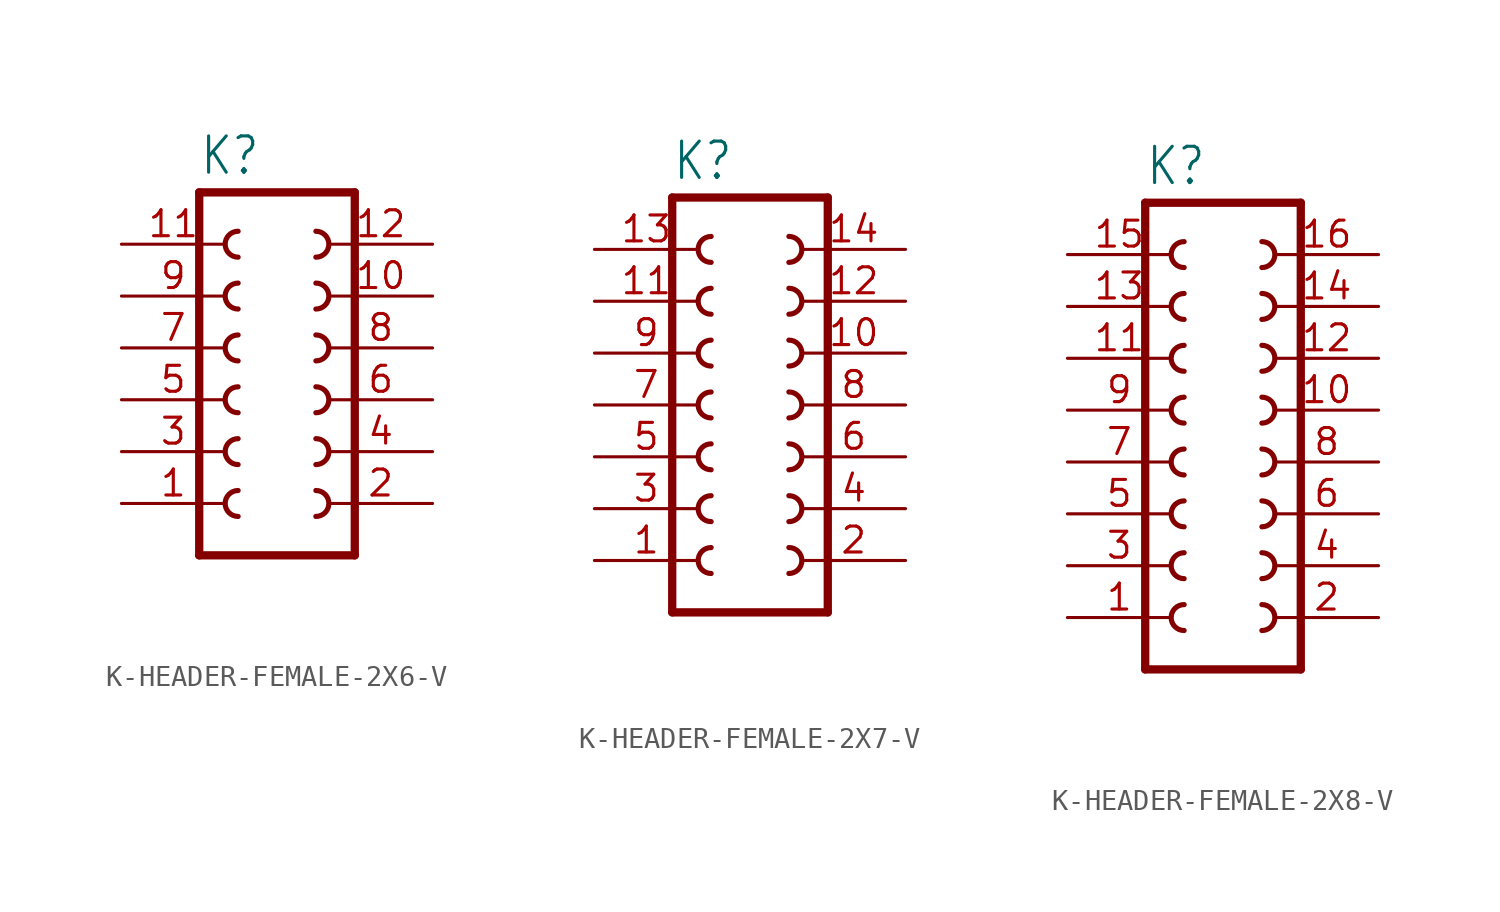
<source format=kicad_sym>
(kicad_symbol_lib
  (version 20231120)
  (generator "kicad_symbol_editor")
  (generator_version "8.0")
  (symbol "K-HEADER-FEMALE-2X6-V"
    (property "Reference" "K"
      (at -3.81 5.842 0)
      (effects (font (size 1.778 1.511)) (justify left bottom)))
    (property "Value" ""
      (at -3.81 -15.24 0)
      (effects (font (size 1.778 1.511)) (justify left bottom)))
    (property "ki_locked" ""
      (at 0 0 0)
      (effects (font (size 1.27 1.27))))
    (symbol "K-HEADER-FEMALE-2X6-V_1_0"
      (arc (start -1.905 -9.525) (mid -2.54 -10.16) (end -1.905 -10.795) (stroke (width 0.254) (type solid)) (fill (type none)))
      (arc (start -1.905 -6.985) (mid -2.54 -7.62) (end -1.905 -8.255) (stroke (width 0.254) (type solid)) (fill (type none)))
      (arc (start -1.905 -4.445) (mid -2.54 -5.08) (end -1.905 -5.715) (stroke (width 0.254) (type solid)) (fill (type none)))
      (arc (start -1.905 -1.905) (mid -2.54 -2.54) (end -1.905 -3.175) (stroke (width 0.254) (type solid)) (fill (type none)))
      (arc (start -1.905 0.635) (mid -2.54 0) (end -1.905 -0.635) (stroke (width 0.254) (type solid)) (fill (type none)))
      (arc (start -1.905 3.175) (mid -2.54 2.54) (end -1.905 1.905) (stroke (width 0.254) (type solid)) (fill (type none)))
      (polyline (pts (xy -3.81 5.08) (xy -3.81 -12.7)) (stroke (width 0.406) (type solid)) (fill (type none)))
      (polyline (pts (xy -3.81 5.08) (xy 3.81 5.08)) (stroke (width 0.406) (type solid)) (fill (type none)))
      (polyline (pts (xy 3.81 -12.7) (xy -3.81 -12.7)) (stroke (width 0.406) (type solid)) (fill (type none)))
      (polyline (pts (xy 3.81 -12.7) (xy 3.81 5.08)) (stroke (width 0.406) (type solid)) (fill (type none)))
      (arc (start 1.905 -10.795) (mid 2.54 -10.16) (end 1.905 -9.525) (stroke (width 0.254) (type solid)) (fill (type none)))
      (arc (start 1.905 -8.255) (mid 2.54 -7.62) (end 1.905 -6.985) (stroke (width 0.254) (type solid)) (fill (type none)))
      (arc (start 1.905 -5.715) (mid 2.54 -5.08) (end 1.905 -4.445) (stroke (width 0.254) (type solid)) (fill (type none)))
      (arc (start 1.905 -3.175) (mid 2.54 -2.54) (end 1.905 -1.905) (stroke (width 0.254) (type solid)) (fill (type none)))
      (arc (start 1.905 -0.635) (mid 2.54 0) (end 1.905 0.635) (stroke (width 0.254) (type solid)) (fill (type none)))
      (arc (start 1.905 1.905) (mid 2.54 2.54) (end 1.905 3.175) (stroke (width 0.254) (type solid)) (fill (type none)))
      (pin passive line (at -7.62 -10.16 0) (length 5.08) (name "1" (effects (font (size 0 0)))) (number "1" (effects (font (size 1.27 1.27)))))
      (pin passive line (at 7.62 0 180) (length 5.08) (name "10" (effects (font (size 0 0)))) (number "10" (effects (font (size 1.27 1.27)))))
      (pin passive line (at -7.62 2.54 0) (length 5.08) (name "11" (effects (font (size 0 0)))) (number "11" (effects (font (size 1.27 1.27)))))
      (pin passive line (at 7.62 2.54 180) (length 5.08) (name "12" (effects (font (size 0 0)))) (number "12" (effects (font (size 1.27 1.27)))))
      (pin passive line (at 7.62 -10.16 180) (length 5.08) (name "2" (effects (font (size 0 0)))) (number "2" (effects (font (size 1.27 1.27)))))
      (pin passive line (at -7.62 -7.62 0) (length 5.08) (name "3" (effects (font (size 0 0)))) (number "3" (effects (font (size 1.27 1.27)))))
      (pin passive line (at 7.62 -7.62 180) (length 5.08) (name "4" (effects (font (size 0 0)))) (number "4" (effects (font (size 1.27 1.27)))))
      (pin passive line (at -7.62 -5.08 0) (length 5.08) (name "5" (effects (font (size 0 0)))) (number "5" (effects (font (size 1.27 1.27)))))
      (pin passive line (at 7.62 -5.08 180) (length 5.08) (name "6" (effects (font (size 0 0)))) (number "6" (effects (font (size 1.27 1.27)))))
      (pin passive line (at -7.62 -2.54 0) (length 5.08) (name "7" (effects (font (size 0 0)))) (number "7" (effects (font (size 1.27 1.27)))))
      (pin passive line (at 7.62 -2.54 180) (length 5.08) (name "8" (effects (font (size 0 0)))) (number "8" (effects (font (size 1.27 1.27)))))
      (pin passive line (at -7.62 0 0) (length 5.08) (name "9" (effects (font (size 0 0)))) (number "9" (effects (font (size 1.27 1.27)))))))
  (symbol "K-HEADER-FEMALE-2X7-V"
    (property "Reference" "K"
      (at -3.81 8.382 0)
      (effects (font (size 1.778 1.511)) (justify left bottom)))
    (property "Value" ""
      (at -3.81 -15.24 0)
      (effects (font (size 1.778 1.511)) (justify left bottom)))
    (property "ki_locked" ""
      (at 0 0 0)
      (effects (font (size 1.27 1.27))))
    (symbol "K-HEADER-FEMALE-2X7-V_1_0"
      (arc (start -1.905 -9.525) (mid -2.54 -10.16) (end -1.905 -10.795) (stroke (width 0.254) (type solid)) (fill (type none)))
      (arc (start -1.905 -6.985) (mid -2.54 -7.62) (end -1.905 -8.255) (stroke (width 0.254) (type solid)) (fill (type none)))
      (arc (start -1.905 -4.445) (mid -2.54 -5.08) (end -1.905 -5.715) (stroke (width 0.254) (type solid)) (fill (type none)))
      (arc (start -1.905 -1.905) (mid -2.54 -2.54) (end -1.905 -3.175) (stroke (width 0.254) (type solid)) (fill (type none)))
      (arc (start -1.905 0.635) (mid -2.54 0) (end -1.905 -0.635) (stroke (width 0.254) (type solid)) (fill (type none)))
      (arc (start -1.905 3.175) (mid -2.54 2.54) (end -1.905 1.905) (stroke (width 0.254) (type solid)) (fill (type none)))
      (arc (start -1.905 5.715) (mid -2.54 5.08) (end -1.905 4.445) (stroke (width 0.254) (type solid)) (fill (type none)))
      (polyline (pts (xy -3.81 7.62) (xy -3.81 -12.7)) (stroke (width 0.406) (type solid)) (fill (type none)))
      (polyline (pts (xy -3.81 7.62) (xy 3.81 7.62)) (stroke (width 0.406) (type solid)) (fill (type none)))
      (polyline (pts (xy 3.81 -12.7) (xy -3.81 -12.7)) (stroke (width 0.406) (type solid)) (fill (type none)))
      (polyline (pts (xy 3.81 -12.7) (xy 3.81 7.62)) (stroke (width 0.406) (type solid)) (fill (type none)))
      (arc (start 1.905 -10.795) (mid 2.54 -10.16) (end 1.905 -9.525) (stroke (width 0.254) (type solid)) (fill (type none)))
      (arc (start 1.905 -8.255) (mid 2.54 -7.62) (end 1.905 -6.985) (stroke (width 0.254) (type solid)) (fill (type none)))
      (arc (start 1.905 -5.715) (mid 2.54 -5.08) (end 1.905 -4.445) (stroke (width 0.254) (type solid)) (fill (type none)))
      (arc (start 1.905 -3.175) (mid 2.54 -2.54) (end 1.905 -1.905) (stroke (width 0.254) (type solid)) (fill (type none)))
      (arc (start 1.905 -0.635) (mid 2.54 0) (end 1.905 0.635) (stroke (width 0.254) (type solid)) (fill (type none)))
      (arc (start 1.905 1.905) (mid 2.54 2.54) (end 1.905 3.175) (stroke (width 0.254) (type solid)) (fill (type none)))
      (arc (start 1.905 4.445) (mid 2.54 5.08) (end 1.905 5.715) (stroke (width 0.254) (type solid)) (fill (type none)))
      (pin passive line (at -7.62 -10.16 0) (length 5.08) (name "1" (effects (font (size 0 0)))) (number "1" (effects (font (size 1.27 1.27)))))
      (pin passive line (at 7.62 0 180) (length 5.08) (name "10" (effects (font (size 0 0)))) (number "10" (effects (font (size 1.27 1.27)))))
      (pin passive line (at -7.62 2.54 0) (length 5.08) (name "11" (effects (font (size 0 0)))) (number "11" (effects (font (size 1.27 1.27)))))
      (pin passive line (at 7.62 2.54 180) (length 5.08) (name "12" (effects (font (size 0 0)))) (number "12" (effects (font (size 1.27 1.27)))))
      (pin passive line (at -7.62 5.08 0) (length 5.08) (name "13" (effects (font (size 0 0)))) (number "13" (effects (font (size 1.27 1.27)))))
      (pin passive line (at 7.62 5.08 180) (length 5.08) (name "14" (effects (font (size 0 0)))) (number "14" (effects (font (size 1.27 1.27)))))
      (pin passive line (at 7.62 -10.16 180) (length 5.08) (name "2" (effects (font (size 0 0)))) (number "2" (effects (font (size 1.27 1.27)))))
      (pin passive line (at -7.62 -7.62 0) (length 5.08) (name "3" (effects (font (size 0 0)))) (number "3" (effects (font (size 1.27 1.27)))))
      (pin passive line (at 7.62 -7.62 180) (length 5.08) (name "4" (effects (font (size 0 0)))) (number "4" (effects (font (size 1.27 1.27)))))
      (pin passive line (at -7.62 -5.08 0) (length 5.08) (name "5" (effects (font (size 0 0)))) (number "5" (effects (font (size 1.27 1.27)))))
      (pin passive line (at 7.62 -5.08 180) (length 5.08) (name "6" (effects (font (size 0 0)))) (number "6" (effects (font (size 1.27 1.27)))))
      (pin passive line (at -7.62 -2.54 0) (length 5.08) (name "7" (effects (font (size 0 0)))) (number "7" (effects (font (size 1.27 1.27)))))
      (pin passive line (at 7.62 -2.54 180) (length 5.08) (name "8" (effects (font (size 0 0)))) (number "8" (effects (font (size 1.27 1.27)))))
      (pin passive line (at -7.62 0 0) (length 5.08) (name "9" (effects (font (size 0 0)))) (number "9" (effects (font (size 1.27 1.27)))))))
  (symbol "K-HEADER-FEMALE-2X8-V"
    (property "Reference" "K"
      (at -3.81 10.922 0)
      (effects (font (size 1.778 1.511)) (justify left bottom)))
    (property "Value" ""
      (at -3.81 -15.24 0)
      (effects (font (size 1.778 1.511)) (justify left bottom)))
    (property "ki_locked" ""
      (at 0 0 0)
      (effects (font (size 1.27 1.27))))
    (symbol "K-HEADER-FEMALE-2X8-V_1_0"
      (arc (start -1.905 -9.525) (mid -2.54 -10.16) (end -1.905 -10.795) (stroke (width 0.254) (type solid)) (fill (type none)))
      (arc (start -1.905 -6.985) (mid -2.54 -7.62) (end -1.905 -8.255) (stroke (width 0.254) (type solid)) (fill (type none)))
      (arc (start -1.905 -4.445) (mid -2.54 -5.08) (end -1.905 -5.715) (stroke (width 0.254) (type solid)) (fill (type none)))
      (arc (start -1.905 -1.905) (mid -2.54 -2.54) (end -1.905 -3.175) (stroke (width 0.254) (type solid)) (fill (type none)))
      (arc (start -1.905 0.635) (mid -2.54 0) (end -1.905 -0.635) (stroke (width 0.254) (type solid)) (fill (type none)))
      (arc (start -1.905 3.175) (mid -2.54 2.54) (end -1.905 1.905) (stroke (width 0.254) (type solid)) (fill (type none)))
      (arc (start -1.905 5.715) (mid -2.54 5.08) (end -1.905 4.445) (stroke (width 0.254) (type solid)) (fill (type none)))
      (arc (start -1.905 8.255) (mid -2.54 7.62) (end -1.905 6.985) (stroke (width 0.254) (type solid)) (fill (type none)))
      (polyline (pts (xy -3.81 10.16) (xy -3.81 -12.7)) (stroke (width 0.406) (type solid)) (fill (type none)))
      (polyline (pts (xy -3.81 10.16) (xy 3.81 10.16)) (stroke (width 0.406) (type solid)) (fill (type none)))
      (polyline (pts (xy 3.81 -12.7) (xy -3.81 -12.7)) (stroke (width 0.406) (type solid)) (fill (type none)))
      (polyline (pts (xy 3.81 -12.7) (xy 3.81 10.16)) (stroke (width 0.406) (type solid)) (fill (type none)))
      (arc (start 1.905 -10.795) (mid 2.54 -10.16) (end 1.905 -9.525) (stroke (width 0.254) (type solid)) (fill (type none)))
      (arc (start 1.905 -8.255) (mid 2.54 -7.62) (end 1.905 -6.985) (stroke (width 0.254) (type solid)) (fill (type none)))
      (arc (start 1.905 -5.715) (mid 2.54 -5.08) (end 1.905 -4.445) (stroke (width 0.254) (type solid)) (fill (type none)))
      (arc (start 1.905 -3.175) (mid 2.54 -2.54) (end 1.905 -1.905) (stroke (width 0.254) (type solid)) (fill (type none)))
      (arc (start 1.905 -0.635) (mid 2.54 0) (end 1.905 0.635) (stroke (width 0.254) (type solid)) (fill (type none)))
      (arc (start 1.905 1.905) (mid 2.54 2.54) (end 1.905 3.175) (stroke (width 0.254) (type solid)) (fill (type none)))
      (arc (start 1.905 4.445) (mid 2.54 5.08) (end 1.905 5.715) (stroke (width 0.254) (type solid)) (fill (type none)))
      (arc (start 1.905 6.985) (mid 2.54 7.62) (end 1.905 8.255) (stroke (width 0.254) (type solid)) (fill (type none)))
      (pin passive line (at -7.62 -10.16 0) (length 5.08) (name "1" (effects (font (size 0 0)))) (number "1" (effects (font (size 1.27 1.27)))))
      (pin passive line (at 7.62 0 180) (length 5.08) (name "10" (effects (font (size 0 0)))) (number "10" (effects (font (size 1.27 1.27)))))
      (pin passive line (at -7.62 2.54 0) (length 5.08) (name "11" (effects (font (size 0 0)))) (number "11" (effects (font (size 1.27 1.27)))))
      (pin passive line (at 7.62 2.54 180) (length 5.08) (name "12" (effects (font (size 0 0)))) (number "12" (effects (font (size 1.27 1.27)))))
      (pin passive line (at -7.62 5.08 0) (length 5.08) (name "13" (effects (font (size 0 0)))) (number "13" (effects (font (size 1.27 1.27)))))
      (pin passive line (at 7.62 5.08 180) (length 5.08) (name "14" (effects (font (size 0 0)))) (number "14" (effects (font (size 1.27 1.27)))))
      (pin passive line (at -7.62 7.62 0) (length 5.08) (name "15" (effects (font (size 0 0)))) (number "15" (effects (font (size 1.27 1.27)))))
      (pin passive line (at 7.62 7.62 180) (length 5.08) (name "16" (effects (font (size 0 0)))) (number "16" (effects (font (size 1.27 1.27)))))
      (pin passive line (at 7.62 -10.16 180) (length 5.08) (name "2" (effects (font (size 0 0)))) (number "2" (effects (font (size 1.27 1.27)))))
      (pin passive line (at -7.62 -7.62 0) (length 5.08) (name "3" (effects (font (size 0 0)))) (number "3" (effects (font (size 1.27 1.27)))))
      (pin passive line (at 7.62 -7.62 180) (length 5.08) (name "4" (effects (font (size 0 0)))) (number "4" (effects (font (size 1.27 1.27)))))
      (pin passive line (at -7.62 -5.08 0) (length 5.08) (name "5" (effects (font (size 0 0)))) (number "5" (effects (font (size 1.27 1.27)))))
      (pin passive line (at 7.62 -5.08 180) (length 5.08) (name "6" (effects (font (size 0 0)))) (number "6" (effects (font (size 1.27 1.27)))))
      (pin passive line (at -7.62 -2.54 0) (length 5.08) (name "7" (effects (font (size 0 0)))) (number "7" (effects (font (size 1.27 1.27)))))
      (pin passive line (at 7.62 -2.54 180) (length 5.08) (name "8" (effects (font (size 0 0)))) (number "8" (effects (font (size 1.27 1.27)))))
      (pin passive line (at -7.62 0 0) (length 5.08) (name "9" (effects (font (size 0 0)))) (number "9" (effects (font (size 1.27 1.27))))))))
</source>
